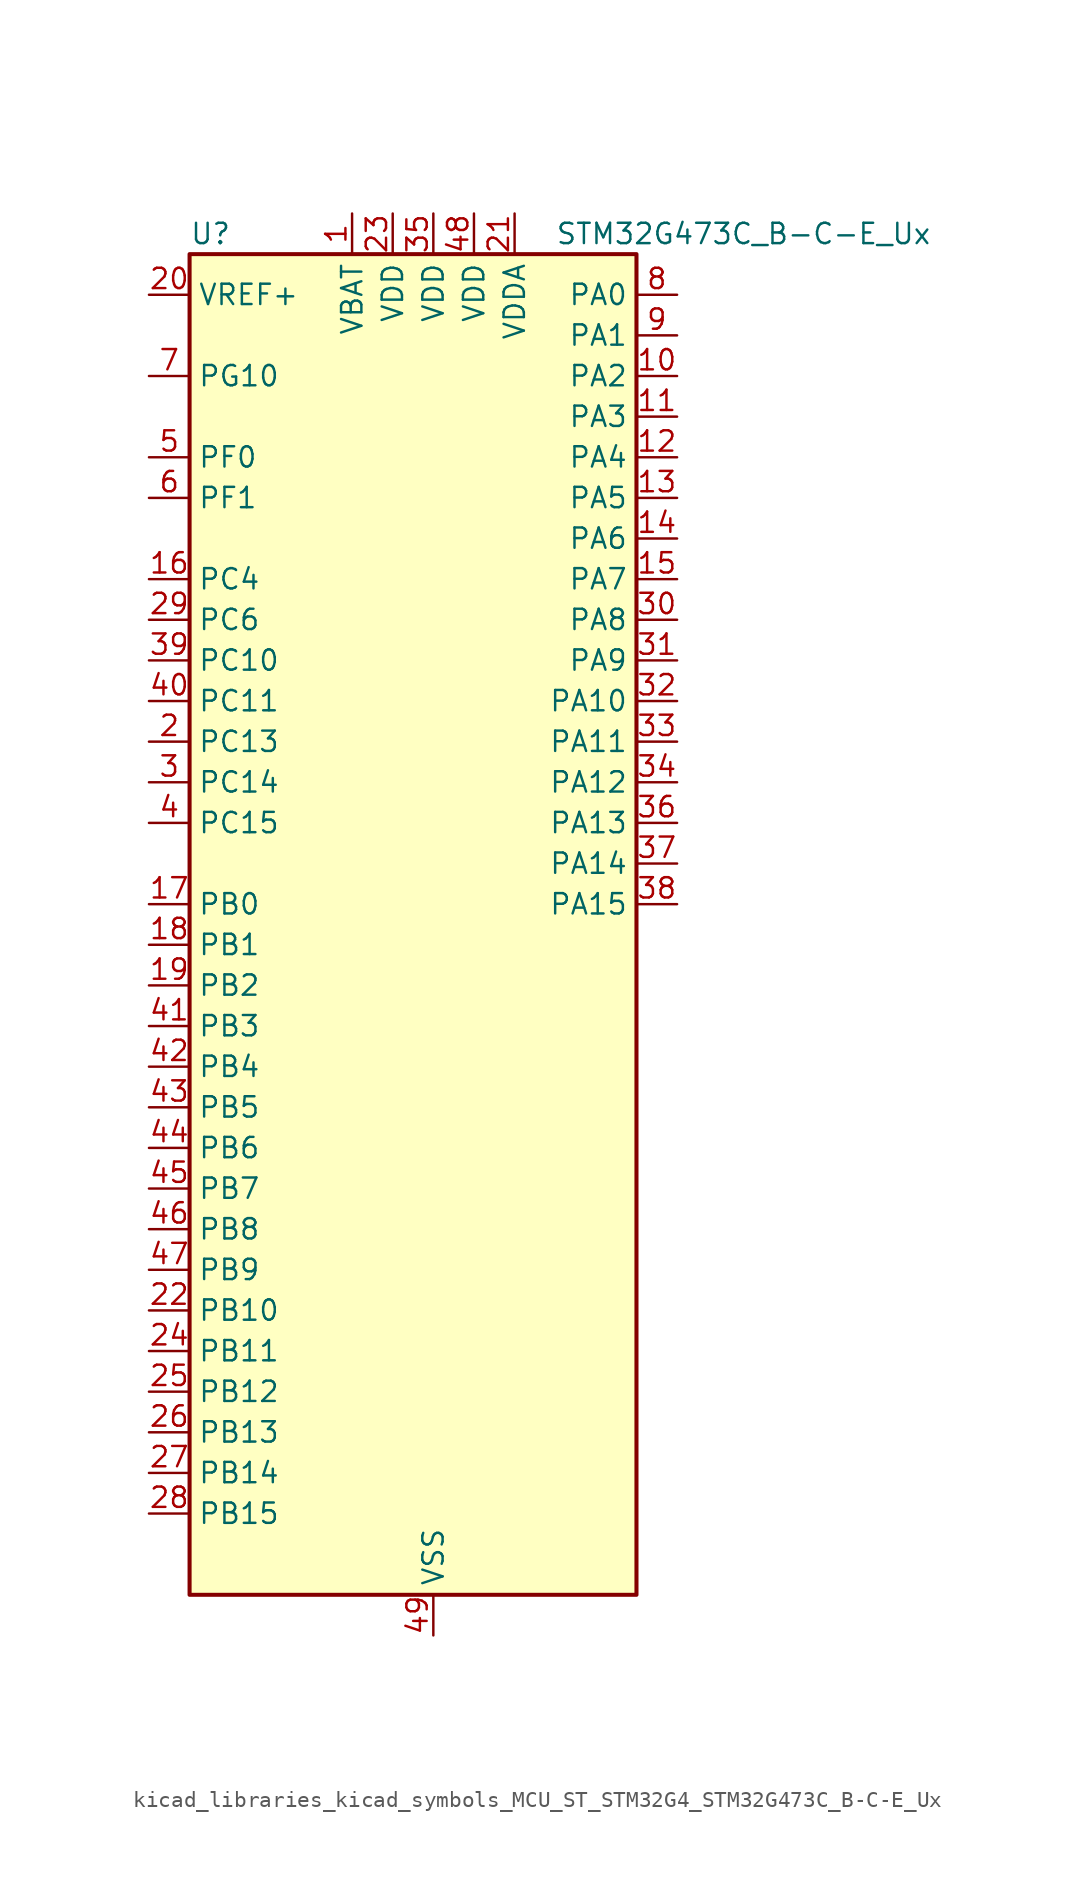
<source format=kicad_sym>
(kicad_symbol_lib
  (version 20220914)
  (generator kicad_symbol_editor)
  (symbol "kicad_libraries_kicad_symbols_MCU_ST_STM32G4_STM32G473C_B-C-E_Ux"
    (property "Reference" "U"
      (at -12.7 44.45 0)
      (effects (font (size 1.27 1.27)) (justify left)))
    (property "Value" "STM32G473C_B-C-E_Ux"
      (at 10.16 44.45 0)
      (effects (font (size 1.27 1.27)) (justify left)))
    (property "ki_locked" ""
      (at 0 0 0)
      (effects (font (size 1.27 1.27))))
    (symbol "kicad_libraries_kicad_symbols_MCU_ST_STM32G4_STM32G473C_B-C-E_Ux_0_1"
      (rectangle (start -12.7 -40.64) (end 15.24 43.18) (stroke (width 0.254) (type default)) (fill (type background))))
    (symbol "kicad_libraries_kicad_symbols_MCU_ST_STM32G4_STM32G473C_B-C-E_Ux_1_1"
      (pin power_in line (at -2.54 45.72 270) (length 2.54) (name "VBAT" (effects (font (size 1.27 1.27)))) (number "1" (effects (font (size 1.27 1.27)))))
      (pin bidirectional line (at 17.78 35.56 180) (length 2.54) (name "PA2" (effects (font (size 1.27 1.27)))) (number "10" (effects (font (size 1.27 1.27)))) (alternate "ADC1_IN3" bidirectional line) (alternate "ADC3_EXTI2" bidirectional line) (alternate "ADC4_EXTI2" bidirectional line) (alternate "ADC5_EXTI2" bidirectional line) (alternate "COMP2_INM" bidirectional line) (alternate "COMP2_OUT" bidirectional line) (alternate "LPUART1_TX" bidirectional line) (alternate "OPAMP1_VOUT" bidirectional line) (alternate "QUADSPI1_BK1_NCS" bidirectional line) (alternate "RCC_LSCO" bidirectional line) (alternate "SYS_WKUP4" bidirectional line) (alternate "TIM15_CH1" bidirectional line) (alternate "TIM2_CH3" bidirectional line) (alternate "TIM5_CH3" bidirectional line) (alternate "UCPD1_FRSTX1" bidirectional line) (alternate "UCPD1_FRSTX2" bidirectional line) (alternate "USART2_TX" bidirectional line))
      (pin bidirectional line (at 17.78 33.02 180) (length 2.54) (name "PA3" (effects (font (size 1.27 1.27)))) (number "11" (effects (font (size 1.27 1.27)))) (alternate "ADC1_IN4" bidirectional line) (alternate "ADC3_EXTI3" bidirectional line) (alternate "ADC4_EXTI3" bidirectional line) (alternate "ADC5_EXTI3" bidirectional line) (alternate "COMP2_INP" bidirectional line) (alternate "LPUART1_RX" bidirectional line) (alternate "OPAMP1_VINM" bidirectional line) (alternate "OPAMP1_VINM0" bidirectional line) (alternate "OPAMP1_VINM_SEC" bidirectional line) (alternate "OPAMP1_VINP" bidirectional line) (alternate "OPAMP1_VINP_SEC" bidirectional line) (alternate "OPAMP5_VINM" bidirectional line) (alternate "OPAMP5_VINM1" bidirectional line) (alternate "OPAMP5_VINM_SEC" bidirectional line) (alternate "QUADSPI1_CLK" bidirectional line) (alternate "SAI1_CK1" bidirectional line) (alternate "SAI1_MCLK_A" bidirectional line) (alternate "TIM15_CH2" bidirectional line) (alternate "TIM2_CH4" bidirectional line) (alternate "TIM5_CH4" bidirectional line) (alternate "USART2_RX" bidirectional line))
      (pin bidirectional line (at 17.78 30.48 180) (length 2.54) (name "PA4" (effects (font (size 1.27 1.27)))) (number "12" (effects (font (size 1.27 1.27)))) (alternate "ADC2_IN17" bidirectional line) (alternate "COMP1_INM" bidirectional line) (alternate "DAC1_OUT1" bidirectional line) (alternate "I2S3_WS" bidirectional line) (alternate "SAI1_FS_B" bidirectional line) (alternate "SPI1_NSS" bidirectional line) (alternate "SPI3_NSS" bidirectional line) (alternate "TIM3_CH2" bidirectional line) (alternate "USART2_CK" bidirectional line))
      (pin bidirectional line (at 17.78 27.94 180) (length 2.54) (name "PA5" (effects (font (size 1.27 1.27)))) (number "13" (effects (font (size 1.27 1.27)))) (alternate "ADC2_IN13" bidirectional line) (alternate "COMP2_INM" bidirectional line) (alternate "DAC1_OUT2" bidirectional line) (alternate "OPAMP2_VINM" bidirectional line) (alternate "OPAMP2_VINM0" bidirectional line) (alternate "OPAMP2_VINM_SEC" bidirectional line) (alternate "SPI1_SCK" bidirectional line) (alternate "TIM2_CH1" bidirectional line) (alternate "TIM2_ETR" bidirectional line) (alternate "UCPD1_FRSTX1" bidirectional line) (alternate "UCPD1_FRSTX2" bidirectional line))
      (pin bidirectional line (at 17.78 25.4 180) (length 2.54) (name "PA6" (effects (font (size 1.27 1.27)))) (number "14" (effects (font (size 1.27 1.27)))) (alternate "ADC2_IN3" bidirectional line) (alternate "COMP1_OUT" bidirectional line) (alternate "DAC2_OUT1" bidirectional line) (alternate "LPUART1_CTS" bidirectional line) (alternate "OPAMP2_VOUT" bidirectional line) (alternate "QUADSPI1_BK1_IO3" bidirectional line) (alternate "SPI1_MISO" bidirectional line) (alternate "TIM16_CH1" bidirectional line) (alternate "TIM1_BKIN" bidirectional line) (alternate "TIM3_CH1" bidirectional line) (alternate "TIM8_BKIN" bidirectional line))
      (pin bidirectional line (at 17.78 22.86 180) (length 2.54) (name "PA7" (effects (font (size 1.27 1.27)))) (number "15" (effects (font (size 1.27 1.27)))) (alternate "ADC2_IN4" bidirectional line) (alternate "COMP2_INP" bidirectional line) (alternate "COMP2_OUT" bidirectional line) (alternate "OPAMP1_VINP" bidirectional line) (alternate "OPAMP1_VINP_SEC" bidirectional line) (alternate "OPAMP2_VINP" bidirectional line) (alternate "OPAMP2_VINP_SEC" bidirectional line) (alternate "QUADSPI1_BK1_IO2" bidirectional line) (alternate "SPI1_MOSI" bidirectional line) (alternate "TIM17_CH1" bidirectional line) (alternate "TIM1_CH1N" bidirectional line) (alternate "TIM3_CH2" bidirectional line) (alternate "TIM8_CH1N" bidirectional line) (alternate "UCPD1_FRSTX1" bidirectional line) (alternate "UCPD1_FRSTX2" bidirectional line))
      (pin bidirectional line (at -15.24 22.86 0) (length 2.54) (name "PC4" (effects (font (size 1.27 1.27)))) (number "16" (effects (font (size 1.27 1.27)))) (alternate "ADC2_IN5" bidirectional line) (alternate "I2C2_SCL" bidirectional line) (alternate "QUADSPI1_BK2_IO3" bidirectional line) (alternate "TIM1_ETR" bidirectional line) (alternate "USART1_TX" bidirectional line))
      (pin bidirectional line (at -15.24 2.54 0) (length 2.54) (name "PB0" (effects (font (size 1.27 1.27)))) (number "17" (effects (font (size 1.27 1.27)))) (alternate "ADC1_IN15" bidirectional line) (alternate "ADC3_IN12" bidirectional line) (alternate "COMP4_INP" bidirectional line) (alternate "OPAMP2_VINP" bidirectional line) (alternate "OPAMP2_VINP_SEC" bidirectional line) (alternate "OPAMP3_VINP" bidirectional line) (alternate "OPAMP3_VINP_SEC" bidirectional line) (alternate "QUADSPI1_BK1_IO1" bidirectional line) (alternate "TIM1_CH2N" bidirectional line) (alternate "TIM3_CH3" bidirectional line) (alternate "TIM8_CH2N" bidirectional line) (alternate "UCPD1_FRSTX1" bidirectional line) (alternate "UCPD1_FRSTX2" bidirectional line))
      (pin bidirectional line (at -15.24 0 0) (length 2.54) (name "PB1" (effects (font (size 1.27 1.27)))) (number "18" (effects (font (size 1.27 1.27)))) (alternate "ADC1_IN12" bidirectional line) (alternate "ADC3_IN1" bidirectional line) (alternate "COMP1_INP" bidirectional line) (alternate "COMP4_OUT" bidirectional line) (alternate "LPUART1_DE" bidirectional line) (alternate "LPUART1_RTS" bidirectional line) (alternate "OPAMP3_VOUT" bidirectional line) (alternate "OPAMP6_VINM" bidirectional line) (alternate "OPAMP6_VINM1" bidirectional line) (alternate "OPAMP6_VINM_SEC" bidirectional line) (alternate "QUADSPI1_BK1_IO0" bidirectional line) (alternate "TIM1_CH3N" bidirectional line) (alternate "TIM3_CH4" bidirectional line) (alternate "TIM8_CH3N" bidirectional line))
      (pin bidirectional line (at -15.24 -2.54 0) (length 2.54) (name "PB2" (effects (font (size 1.27 1.27)))) (number "19" (effects (font (size 1.27 1.27)))) (alternate "ADC2_IN12" bidirectional line) (alternate "ADC3_EXTI2" bidirectional line) (alternate "ADC4_EXTI2" bidirectional line) (alternate "ADC5_EXTI2" bidirectional line) (alternate "COMP4_INM" bidirectional line) (alternate "I2C3_SMBA" bidirectional line) (alternate "LPTIM1_OUT" bidirectional line) (alternate "OPAMP3_VINM" bidirectional line) (alternate "OPAMP3_VINM0" bidirectional line) (alternate "OPAMP3_VINM_SEC" bidirectional line) (alternate "QUADSPI1_BK2_IO1" bidirectional line) (alternate "RTC_OUT2" bidirectional line) (alternate "TIM20_CH1" bidirectional line) (alternate "TIM5_CH1" bidirectional line))
      (pin bidirectional line (at -15.24 12.7 0) (length 2.54) (name "PC13" (effects (font (size 1.27 1.27)))) (number "2" (effects (font (size 1.27 1.27)))) (alternate "RTC_OUT1" bidirectional line) (alternate "RTC_TAMP1" bidirectional line) (alternate "RTC_TS" bidirectional line) (alternate "SYS_WKUP2" bidirectional line) (alternate "TIM1_BKIN" bidirectional line) (alternate "TIM1_CH1N" bidirectional line) (alternate "TIM8_CH4N" bidirectional line))
      (pin input line (at -15.24 40.64 0) (length 2.54) (name "VREF+" (effects (font (size 1.27 1.27)))) (number "20" (effects (font (size 1.27 1.27)))) (alternate "VREFBUF_OUT" bidirectional line))
      (pin power_in line (at 7.62 45.72 270) (length 2.54) (name "VDDA" (effects (font (size 1.27 1.27)))) (number "21" (effects (font (size 1.27 1.27)))))
      (pin bidirectional line (at -15.24 -22.86 0) (length 2.54) (name "PB10" (effects (font (size 1.27 1.27)))) (number "22" (effects (font (size 1.27 1.27)))) (alternate "COMP5_INM" bidirectional line) (alternate "DAC1_EXTI10" bidirectional line) (alternate "DAC2_EXTI10" bidirectional line) (alternate "DAC3_EXTI10" bidirectional line) (alternate "DAC4_EXTI10" bidirectional line) (alternate "LPUART1_RX" bidirectional line) (alternate "OPAMP3_VINM" bidirectional line) (alternate "OPAMP3_VINM1" bidirectional line) (alternate "OPAMP3_VINM_SEC" bidirectional line) (alternate "OPAMP4_VINM" bidirectional line) (alternate "OPAMP4_VINM0" bidirectional line) (alternate "OPAMP4_VINM_SEC" bidirectional line) (alternate "QUADSPI1_CLK" bidirectional line) (alternate "SAI1_SCK_A" bidirectional line) (alternate "TIM1_BKIN" bidirectional line) (alternate "TIM2_CH3" bidirectional line) (alternate "USART3_TX" bidirectional line))
      (pin power_in line (at 0 45.72 270) (length 2.54) (name "VDD" (effects (font (size 1.27 1.27)))) (number "23" (effects (font (size 1.27 1.27)))))
      (pin bidirectional line (at -15.24 -25.4 0) (length 2.54) (name "PB11" (effects (font (size 1.27 1.27)))) (number "24" (effects (font (size 1.27 1.27)))) (alternate "ADC1_EXTI11" bidirectional line) (alternate "ADC1_IN14" bidirectional line) (alternate "ADC2_EXTI11" bidirectional line) (alternate "ADC2_IN14" bidirectional line) (alternate "COMP6_INP" bidirectional line) (alternate "LPUART1_TX" bidirectional line) (alternate "OPAMP4_VINP" bidirectional line) (alternate "OPAMP4_VINP_SEC" bidirectional line) (alternate "OPAMP6_VOUT" bidirectional line) (alternate "QUADSPI1_BK1_NCS" bidirectional line) (alternate "TIM2_CH4" bidirectional line) (alternate "USART3_RX" bidirectional line))
      (pin bidirectional line (at -15.24 -27.94 0) (length 2.54) (name "PB12" (effects (font (size 1.27 1.27)))) (number "25" (effects (font (size 1.27 1.27)))) (alternate "ADC1_IN11" bidirectional line) (alternate "ADC4_IN3" bidirectional line) (alternate "COMP7_INM" bidirectional line) (alternate "FDCAN2_RX" bidirectional line) (alternate "I2C2_SMBA" bidirectional line) (alternate "I2S2_WS" bidirectional line) (alternate "LPUART1_DE" bidirectional line) (alternate "LPUART1_RTS" bidirectional line) (alternate "OPAMP4_VOUT" bidirectional line) (alternate "OPAMP6_VINP" bidirectional line) (alternate "OPAMP6_VINP_SEC" bidirectional line) (alternate "SPI2_NSS" bidirectional line) (alternate "TIM1_BKIN" bidirectional line) (alternate "TIM5_ETR" bidirectional line) (alternate "USART3_CK" bidirectional line))
      (pin bidirectional line (at -15.24 -30.48 0) (length 2.54) (name "PB13" (effects (font (size 1.27 1.27)))) (number "26" (effects (font (size 1.27 1.27)))) (alternate "ADC3_IN5" bidirectional line) (alternate "COMP5_INP" bidirectional line) (alternate "FDCAN2_TX" bidirectional line) (alternate "I2S2_CK" bidirectional line) (alternate "LPUART1_CTS" bidirectional line) (alternate "OPAMP3_VINP" bidirectional line) (alternate "OPAMP3_VINP_SEC" bidirectional line) (alternate "OPAMP4_VINP" bidirectional line) (alternate "OPAMP4_VINP_SEC" bidirectional line) (alternate "OPAMP6_VINP" bidirectional line) (alternate "OPAMP6_VINP_SEC" bidirectional line) (alternate "SPI2_SCK" bidirectional line) (alternate "TIM1_CH1N" bidirectional line) (alternate "USART3_CTS" bidirectional line) (alternate "USART3_NSS" bidirectional line))
      (pin bidirectional line (at -15.24 -33.02 0) (length 2.54) (name "PB14" (effects (font (size 1.27 1.27)))) (number "27" (effects (font (size 1.27 1.27)))) (alternate "ADC1_IN5" bidirectional line) (alternate "ADC4_IN4" bidirectional line) (alternate "COMP4_OUT" bidirectional line) (alternate "COMP7_INP" bidirectional line) (alternate "OPAMP2_VINP" bidirectional line) (alternate "OPAMP2_VINP_SEC" bidirectional line) (alternate "OPAMP5_VINP" bidirectional line) (alternate "OPAMP5_VINP_SEC" bidirectional line) (alternate "SPI2_MISO" bidirectional line) (alternate "TIM15_CH1" bidirectional line) (alternate "TIM1_CH2N" bidirectional line) (alternate "USART3_DE" bidirectional line) (alternate "USART3_RTS" bidirectional line))
      (pin bidirectional line (at -15.24 -35.56 0) (length 2.54) (name "PB15" (effects (font (size 1.27 1.27)))) (number "28" (effects (font (size 1.27 1.27)))) (alternate "ADC1_EXTI15" bidirectional line) (alternate "ADC2_EXTI15" bidirectional line) (alternate "ADC2_IN15" bidirectional line) (alternate "ADC4_IN5" bidirectional line) (alternate "COMP3_OUT" bidirectional line) (alternate "COMP6_INM" bidirectional line) (alternate "I2S2_SD" bidirectional line) (alternate "OPAMP5_VINM" bidirectional line) (alternate "OPAMP5_VINM0" bidirectional line) (alternate "OPAMP5_VINM_SEC" bidirectional line) (alternate "RTC_REFIN" bidirectional line) (alternate "SPI2_MOSI" bidirectional line) (alternate "TIM15_CH1N" bidirectional line) (alternate "TIM15_CH2" bidirectional line) (alternate "TIM1_CH3N" bidirectional line))
      (pin bidirectional line (at -15.24 20.32 0) (length 2.54) (name "PC6" (effects (font (size 1.27 1.27)))) (number "29" (effects (font (size 1.27 1.27)))) (alternate "COMP6_OUT" bidirectional line) (alternate "I2C4_SCL" bidirectional line) (alternate "I2S2_MCK" bidirectional line) (alternate "TIM3_CH1" bidirectional line) (alternate "TIM8_CH1" bidirectional line))
      (pin bidirectional line (at -15.24 10.16 0) (length 2.54) (name "PC14" (effects (font (size 1.27 1.27)))) (number "3" (effects (font (size 1.27 1.27)))) (alternate "RCC_OSC32_IN" bidirectional line))
      (pin bidirectional line (at 17.78 20.32 180) (length 2.54) (name "PA8" (effects (font (size 1.27 1.27)))) (number "30" (effects (font (size 1.27 1.27)))) (alternate "ADC5_IN1" bidirectional line) (alternate "COMP7_OUT" bidirectional line) (alternate "FDCAN3_RX" bidirectional line) (alternate "I2C2_SDA" bidirectional line) (alternate "I2C3_SCL" bidirectional line) (alternate "I2S2_MCK" bidirectional line) (alternate "OPAMP5_VOUT" bidirectional line) (alternate "RCC_MCO" bidirectional line) (alternate "SAI1_CK2" bidirectional line) (alternate "SAI1_SCK_A" bidirectional line) (alternate "TIM1_CH1" bidirectional line) (alternate "TIM4_ETR" bidirectional line) (alternate "USART1_CK" bidirectional line))
      (pin bidirectional line (at 17.78 17.78 180) (length 2.54) (name "PA9" (effects (font (size 1.27 1.27)))) (number "31" (effects (font (size 1.27 1.27)))) (alternate "ADC5_IN2" bidirectional line) (alternate "COMP5_OUT" bidirectional line) (alternate "DAC1_EXTI9" bidirectional line) (alternate "DAC2_EXTI9" bidirectional line) (alternate "DAC3_EXTI9" bidirectional line) (alternate "DAC4_EXTI9" bidirectional line) (alternate "I2C2_SCL" bidirectional line) (alternate "I2C3_SMBA" bidirectional line) (alternate "I2S3_MCK" bidirectional line) (alternate "SAI1_FS_A" bidirectional line) (alternate "TIM15_BKIN" bidirectional line) (alternate "TIM1_CH2" bidirectional line) (alternate "TIM2_CH3" bidirectional line) (alternate "UCPD1_DBCC1" bidirectional line) (alternate "USART1_TX" bidirectional line))
      (pin bidirectional line (at 17.78 15.24 180) (length 2.54) (name "PA10" (effects (font (size 1.27 1.27)))) (number "32" (effects (font (size 1.27 1.27)))) (alternate "COMP6_OUT" bidirectional line) (alternate "CRS_SYNC" bidirectional line) (alternate "DAC1_EXTI10" bidirectional line) (alternate "DAC2_EXTI10" bidirectional line) (alternate "DAC3_EXTI10" bidirectional line) (alternate "DAC4_EXTI10" bidirectional line) (alternate "I2C2_SMBA" bidirectional line) (alternate "SAI1_D1" bidirectional line) (alternate "SAI1_SD_A" bidirectional line) (alternate "SPI2_MISO" bidirectional line) (alternate "TIM17_BKIN" bidirectional line) (alternate "TIM1_CH3" bidirectional line) (alternate "TIM2_CH4" bidirectional line) (alternate "TIM8_BKIN" bidirectional line) (alternate "UCPD1_DBCC2" bidirectional line) (alternate "USART1_RX" bidirectional line))
      (pin bidirectional line (at 17.78 12.7 180) (length 2.54) (name "PA11" (effects (font (size 1.27 1.27)))) (number "33" (effects (font (size 1.27 1.27)))) (alternate "ADC1_EXTI11" bidirectional line) (alternate "ADC2_EXTI11" bidirectional line) (alternate "COMP1_OUT" bidirectional line) (alternate "FDCAN1_RX" bidirectional line) (alternate "I2S2_SD" bidirectional line) (alternate "SPI2_MOSI" bidirectional line) (alternate "TIM1_BKIN2" bidirectional line) (alternate "TIM1_CH1N" bidirectional line) (alternate "TIM1_CH4" bidirectional line) (alternate "TIM4_CH1" bidirectional line) (alternate "USART1_CTS" bidirectional line) (alternate "USART1_NSS" bidirectional line) (alternate "USB_DM" bidirectional line))
      (pin bidirectional line (at 17.78 10.16 180) (length 2.54) (name "PA12" (effects (font (size 1.27 1.27)))) (number "34" (effects (font (size 1.27 1.27)))) (alternate "COMP2_OUT" bidirectional line) (alternate "FDCAN1_TX" bidirectional line) (alternate "I2S_CKIN" bidirectional line) (alternate "TIM16_CH1" bidirectional line) (alternate "TIM1_CH2N" bidirectional line) (alternate "TIM1_ETR" bidirectional line) (alternate "TIM4_CH2" bidirectional line) (alternate "USART1_DE" bidirectional line) (alternate "USART1_RTS" bidirectional line) (alternate "USB_DP" bidirectional line))
      (pin power_in line (at 2.54 45.72 270) (length 2.54) (name "VDD" (effects (font (size 1.27 1.27)))) (number "35" (effects (font (size 1.27 1.27)))))
      (pin bidirectional line (at 17.78 7.62 180) (length 2.54) (name "PA13" (effects (font (size 1.27 1.27)))) (number "36" (effects (font (size 1.27 1.27)))) (alternate "I2C1_SCL" bidirectional line) (alternate "I2C4_SCL" bidirectional line) (alternate "IR_OUT" bidirectional line) (alternate "SAI1_SD_B" bidirectional line) (alternate "SYS_JTMS-SWDIO" bidirectional line) (alternate "TIM16_CH1N" bidirectional line) (alternate "TIM4_CH3" bidirectional line) (alternate "USART3_CTS" bidirectional line) (alternate "USART3_NSS" bidirectional line))
      (pin bidirectional line (at 17.78 5.08 180) (length 2.54) (name "PA14" (effects (font (size 1.27 1.27)))) (number "37" (effects (font (size 1.27 1.27)))) (alternate "I2C1_SDA" bidirectional line) (alternate "I2C4_SMBA" bidirectional line) (alternate "LPTIM1_OUT" bidirectional line) (alternate "SAI1_FS_B" bidirectional line) (alternate "SYS_JTCK-SWCLK" bidirectional line) (alternate "TIM1_BKIN" bidirectional line) (alternate "TIM8_CH2" bidirectional line) (alternate "USART2_TX" bidirectional line))
      (pin bidirectional line (at 17.78 2.54 180) (length 2.54) (name "PA15" (effects (font (size 1.27 1.27)))) (number "38" (effects (font (size 1.27 1.27)))) (alternate "ADC1_EXTI15" bidirectional line) (alternate "ADC2_EXTI15" bidirectional line) (alternate "FDCAN3_TX" bidirectional line) (alternate "I2C1_SCL" bidirectional line) (alternate "I2S3_WS" bidirectional line) (alternate "SPI1_NSS" bidirectional line) (alternate "SPI3_NSS" bidirectional line) (alternate "SYS_JTDI" bidirectional line) (alternate "TIM1_BKIN" bidirectional line) (alternate "TIM2_CH1" bidirectional line) (alternate "TIM2_ETR" bidirectional line) (alternate "TIM8_CH1" bidirectional line) (alternate "UART4_DE" bidirectional line) (alternate "UART4_RTS" bidirectional line) (alternate "USART2_RX" bidirectional line))
      (pin bidirectional line (at -15.24 17.78 0) (length 2.54) (name "PC10" (effects (font (size 1.27 1.27)))) (number "39" (effects (font (size 1.27 1.27)))) (alternate "DAC1_EXTI10" bidirectional line) (alternate "DAC2_EXTI10" bidirectional line) (alternate "DAC3_EXTI10" bidirectional line) (alternate "DAC4_EXTI10" bidirectional line) (alternate "I2S3_CK" bidirectional line) (alternate "SPI3_SCK" bidirectional line) (alternate "TIM8_CH1N" bidirectional line) (alternate "UART4_TX" bidirectional line) (alternate "USART3_TX" bidirectional line))
      (pin bidirectional line (at -15.24 7.62 0) (length 2.54) (name "PC15" (effects (font (size 1.27 1.27)))) (number "4" (effects (font (size 1.27 1.27)))) (alternate "ADC1_EXTI15" bidirectional line) (alternate "ADC2_EXTI15" bidirectional line) (alternate "RCC_OSC32_OUT" bidirectional line))
      (pin bidirectional line (at -15.24 15.24 0) (length 2.54) (name "PC11" (effects (font (size 1.27 1.27)))) (number "40" (effects (font (size 1.27 1.27)))) (alternate "ADC1_EXTI11" bidirectional line) (alternate "ADC2_EXTI11" bidirectional line) (alternate "I2C3_SDA" bidirectional line) (alternate "SPI3_MISO" bidirectional line) (alternate "TIM8_CH2N" bidirectional line) (alternate "UART4_RX" bidirectional line) (alternate "USART3_RX" bidirectional line))
      (pin bidirectional line (at -15.24 -5.08 0) (length 2.54) (name "PB3" (effects (font (size 1.27 1.27)))) (number "41" (effects (font (size 1.27 1.27)))) (alternate "ADC3_EXTI3" bidirectional line) (alternate "ADC4_EXTI3" bidirectional line) (alternate "ADC5_EXTI3" bidirectional line) (alternate "CRS_SYNC" bidirectional line) (alternate "FDCAN3_RX" bidirectional line) (alternate "I2S3_CK" bidirectional line) (alternate "SAI1_SCK_B" bidirectional line) (alternate "SPI1_SCK" bidirectional line) (alternate "SPI3_SCK" bidirectional line) (alternate "SYS_JTDO-SWO" bidirectional line) (alternate "TIM2_CH2" bidirectional line) (alternate "TIM3_ETR" bidirectional line) (alternate "TIM4_ETR" bidirectional line) (alternate "TIM8_CH1N" bidirectional line) (alternate "USART2_TX" bidirectional line))
      (pin bidirectional line (at -15.24 -7.62 0) (length 2.54) (name "PB4" (effects (font (size 1.27 1.27)))) (number "42" (effects (font (size 1.27 1.27)))) (alternate "FDCAN3_TX" bidirectional line) (alternate "SAI1_MCLK_B" bidirectional line) (alternate "SPI1_MISO" bidirectional line) (alternate "SPI3_MISO" bidirectional line) (alternate "SYS_JTRST" bidirectional line) (alternate "TIM16_CH1" bidirectional line) (alternate "TIM17_BKIN" bidirectional line) (alternate "TIM3_CH1" bidirectional line) (alternate "TIM8_CH2N" bidirectional line) (alternate "UCPD1_CC2" bidirectional line) (alternate "USART2_RX" bidirectional line))
      (pin bidirectional line (at -15.24 -10.16 0) (length 2.54) (name "PB5" (effects (font (size 1.27 1.27)))) (number "43" (effects (font (size 1.27 1.27)))) (alternate "FDCAN2_RX" bidirectional line) (alternate "I2C1_SMBA" bidirectional line) (alternate "I2C3_SDA" bidirectional line) (alternate "I2S3_SD" bidirectional line) (alternate "LPTIM1_IN1" bidirectional line) (alternate "SAI1_SD_B" bidirectional line) (alternate "SPI1_MOSI" bidirectional line) (alternate "SPI3_MOSI" bidirectional line) (alternate "TIM16_BKIN" bidirectional line) (alternate "TIM17_CH1" bidirectional line) (alternate "TIM3_CH2" bidirectional line) (alternate "TIM8_CH3N" bidirectional line) (alternate "USART2_CK" bidirectional line))
      (pin bidirectional line (at -15.24 -12.7 0) (length 2.54) (name "PB6" (effects (font (size 1.27 1.27)))) (number "44" (effects (font (size 1.27 1.27)))) (alternate "COMP4_OUT" bidirectional line) (alternate "FDCAN2_TX" bidirectional line) (alternate "LPTIM1_ETR" bidirectional line) (alternate "SAI1_FS_B" bidirectional line) (alternate "TIM16_CH1N" bidirectional line) (alternate "TIM4_CH1" bidirectional line) (alternate "TIM8_BKIN2" bidirectional line) (alternate "TIM8_CH1" bidirectional line) (alternate "TIM8_ETR" bidirectional line) (alternate "UCPD1_CC1" bidirectional line) (alternate "USART1_TX" bidirectional line))
      (pin bidirectional line (at -15.24 -15.24 0) (length 2.54) (name "PB7" (effects (font (size 1.27 1.27)))) (number "45" (effects (font (size 1.27 1.27)))) (alternate "COMP3_OUT" bidirectional line) (alternate "I2C1_SDA" bidirectional line) (alternate "I2C4_SDA" bidirectional line) (alternate "LPTIM1_IN2" bidirectional line) (alternate "SYS_PVD_IN" bidirectional line) (alternate "TIM17_CH1N" bidirectional line) (alternate "TIM3_CH4" bidirectional line) (alternate "TIM4_CH2" bidirectional line) (alternate "TIM8_BKIN" bidirectional line) (alternate "UART4_CTS" bidirectional line) (alternate "USART1_RX" bidirectional line))
      (pin bidirectional line (at -15.24 -17.78 0) (length 2.54) (name "PB8" (effects (font (size 1.27 1.27)))) (number "46" (effects (font (size 1.27 1.27)))) (alternate "COMP1_OUT" bidirectional line) (alternate "FDCAN1_RX" bidirectional line) (alternate "I2C1_SCL" bidirectional line) (alternate "SAI1_CK1" bidirectional line) (alternate "SAI1_MCLK_A" bidirectional line) (alternate "TIM16_CH1" bidirectional line) (alternate "TIM1_BKIN" bidirectional line) (alternate "TIM4_CH3" bidirectional line) (alternate "TIM8_CH2" bidirectional line) (alternate "USART3_RX" bidirectional line))
      (pin bidirectional line (at -15.24 -20.32 0) (length 2.54) (name "PB9" (effects (font (size 1.27 1.27)))) (number "47" (effects (font (size 1.27 1.27)))) (alternate "COMP2_OUT" bidirectional line) (alternate "DAC1_EXTI9" bidirectional line) (alternate "DAC2_EXTI9" bidirectional line) (alternate "DAC3_EXTI9" bidirectional line) (alternate "DAC4_EXTI9" bidirectional line) (alternate "FDCAN1_TX" bidirectional line) (alternate "I2C1_SDA" bidirectional line) (alternate "IR_OUT" bidirectional line) (alternate "SAI1_D2" bidirectional line) (alternate "SAI1_FS_A" bidirectional line) (alternate "TIM17_CH1" bidirectional line) (alternate "TIM1_CH3N" bidirectional line) (alternate "TIM4_CH4" bidirectional line) (alternate "TIM8_CH3" bidirectional line) (alternate "USART3_TX" bidirectional line))
      (pin power_in line (at 5.08 45.72 270) (length 2.54) (name "VDD" (effects (font (size 1.27 1.27)))) (number "48" (effects (font (size 1.27 1.27)))))
      (pin power_in line (at 2.54 -43.18 90) (length 2.54) (name "VSS" (effects (font (size 1.27 1.27)))) (number "49" (effects (font (size 1.27 1.27)))))
      (pin bidirectional line (at -15.24 30.48 0) (length 2.54) (name "PF0" (effects (font (size 1.27 1.27)))) (number "5" (effects (font (size 1.27 1.27)))) (alternate "ADC1_IN10" bidirectional line) (alternate "I2C2_SDA" bidirectional line) (alternate "I2S2_WS" bidirectional line) (alternate "RCC_OSC_IN" bidirectional line) (alternate "SPI2_NSS" bidirectional line) (alternate "TIM1_CH3N" bidirectional line))
      (pin bidirectional line (at -15.24 27.94 0) (length 2.54) (name "PF1" (effects (font (size 1.27 1.27)))) (number "6" (effects (font (size 1.27 1.27)))) (alternate "ADC2_IN10" bidirectional line) (alternate "COMP3_INM" bidirectional line) (alternate "I2S2_CK" bidirectional line) (alternate "RCC_OSC_OUT" bidirectional line) (alternate "SPI2_SCK" bidirectional line))
      (pin bidirectional line (at -15.24 35.56 0) (length 2.54) (name "PG10" (effects (font (size 1.27 1.27)))) (number "7" (effects (font (size 1.27 1.27)))) (alternate "DAC1_EXTI10" bidirectional line) (alternate "DAC2_EXTI10" bidirectional line) (alternate "DAC3_EXTI10" bidirectional line) (alternate "DAC4_EXTI10" bidirectional line) (alternate "RCC_MCO" bidirectional line))
      (pin bidirectional line (at 17.78 40.64 180) (length 2.54) (name "PA0" (effects (font (size 1.27 1.27)))) (number "8" (effects (font (size 1.27 1.27)))) (alternate "ADC1_IN1" bidirectional line) (alternate "ADC2_IN1" bidirectional line) (alternate "COMP1_INM" bidirectional line) (alternate "COMP1_OUT" bidirectional line) (alternate "COMP3_INP" bidirectional line) (alternate "RTC_TAMP2" bidirectional line) (alternate "SYS_WKUP1" bidirectional line) (alternate "TIM2_CH1" bidirectional line) (alternate "TIM2_ETR" bidirectional line) (alternate "TIM5_CH1" bidirectional line) (alternate "TIM8_BKIN" bidirectional line) (alternate "TIM8_ETR" bidirectional line) (alternate "USART2_CTS" bidirectional line) (alternate "USART2_NSS" bidirectional line))
      (pin bidirectional line (at 17.78 38.1 180) (length 2.54) (name "PA1" (effects (font (size 1.27 1.27)))) (number "9" (effects (font (size 1.27 1.27)))) (alternate "ADC1_IN2" bidirectional line) (alternate "ADC2_IN2" bidirectional line) (alternate "COMP1_INP" bidirectional line) (alternate "OPAMP1_VINP" bidirectional line) (alternate "OPAMP1_VINP_SEC" bidirectional line) (alternate "OPAMP3_VINP" bidirectional line) (alternate "OPAMP3_VINP_SEC" bidirectional line) (alternate "OPAMP6_VINM" bidirectional line) (alternate "OPAMP6_VINM0" bidirectional line) (alternate "OPAMP6_VINM_SEC" bidirectional line) (alternate "RTC_REFIN" bidirectional line) (alternate "TIM15_CH1N" bidirectional line) (alternate "TIM2_CH2" bidirectional line) (alternate "TIM5_CH2" bidirectional line) (alternate "USART2_DE" bidirectional line) (alternate "USART2_RTS" bidirectional line)))))
</source>
